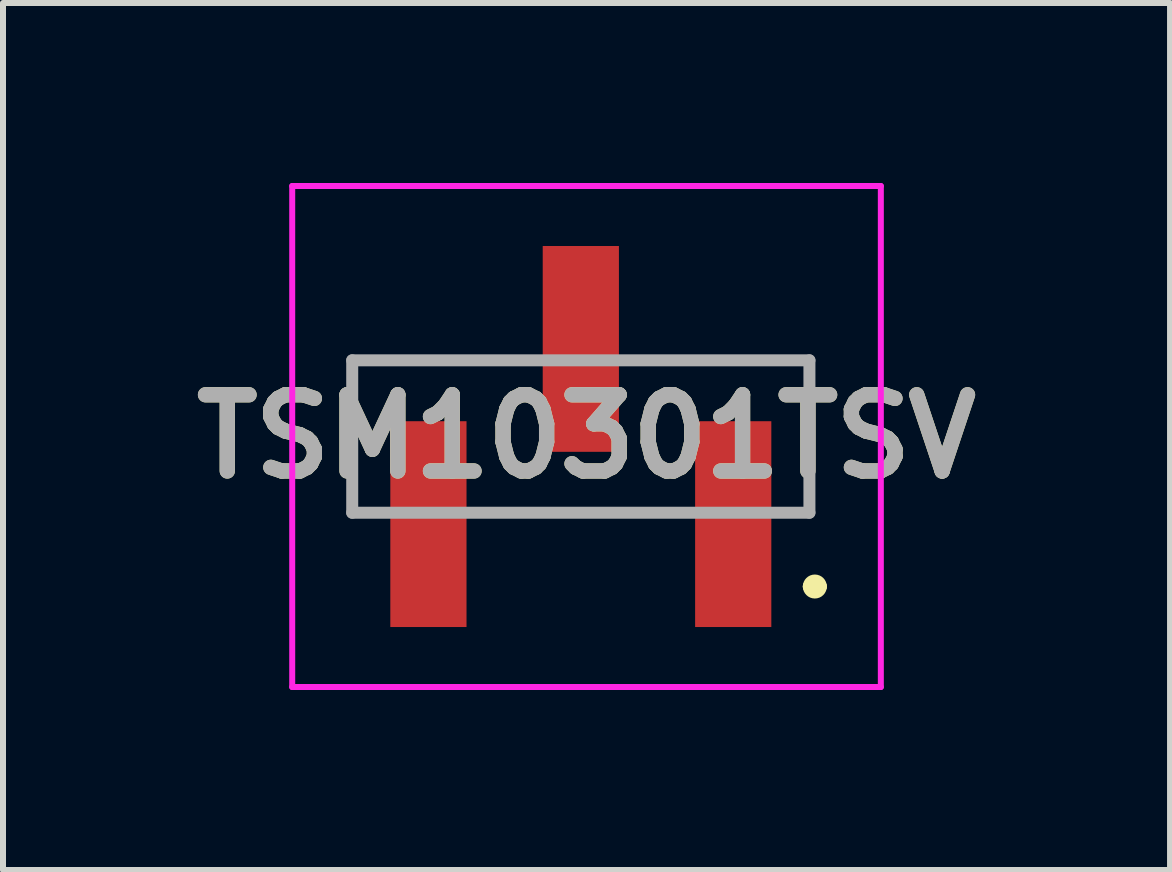
<source format=kicad_pcb>
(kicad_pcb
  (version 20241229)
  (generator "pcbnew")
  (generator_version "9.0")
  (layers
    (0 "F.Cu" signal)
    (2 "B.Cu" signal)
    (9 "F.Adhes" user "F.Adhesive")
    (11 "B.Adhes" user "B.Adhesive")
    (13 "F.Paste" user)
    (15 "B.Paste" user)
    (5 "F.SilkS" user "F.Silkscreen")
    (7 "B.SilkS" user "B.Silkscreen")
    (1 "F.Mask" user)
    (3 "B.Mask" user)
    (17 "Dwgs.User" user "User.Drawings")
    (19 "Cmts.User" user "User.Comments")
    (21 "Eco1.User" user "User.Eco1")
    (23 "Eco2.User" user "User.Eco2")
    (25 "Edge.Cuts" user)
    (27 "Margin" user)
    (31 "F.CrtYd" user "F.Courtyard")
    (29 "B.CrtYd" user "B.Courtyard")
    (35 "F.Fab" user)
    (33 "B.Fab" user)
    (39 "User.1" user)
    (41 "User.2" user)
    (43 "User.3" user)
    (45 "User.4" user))
  (footprint "TSM10301TSV"
    (layer "F.Cu")
    (at 6.63 4.225)
    (property "Reference" "TSM10301TSV" (at 0.095 0 0) (layer "F.SilkS") (effects (font (size 1.27 1.27) (thickness 0.254))))
    (attr smd)
    (fp_line (start -3.81 -1.27) (end -3.81 1.27) (stroke (width 0.1) (type solid)) (layer "F.SilkS"))
    (fp_line (start -1.5 -1.27) (end -3.81 -1.27) (stroke (width 0.1) (type solid)) (layer "F.SilkS"))
    (fp_line (start 1.5 -1.27) (end 3.81 -1.27) (stroke (width 0.1) (type solid)) (layer "F.SilkS"))
    (fp_line (start 3.8 2.5) (end 3.8 2.5) (stroke (width 0.2) (type solid)) (layer "F.SilkS"))
    (fp_line (start 3.81 -1.27) (end 3.81 1.27) (stroke (width 0.1) (type solid)) (layer "F.SilkS"))
    (fp_line (start 4 2.5) (end 4 2.5) (stroke (width 0.2) (type solid)) (layer "F.SilkS"))
    (fp_arc (start 3.8 2.5) (mid 3.9 2.4) (end 4 2.5) (stroke (width 0.2) (type solid)) (layer "F.SilkS"))
    (fp_arc (start 4 2.5) (mid 3.9 2.6) (end 3.8 2.5) (stroke (width 0.2) (type solid)) (layer "F.SilkS"))
    (fp_line (start -4.81 -4.175) (end 5 -4.175) (stroke (width 0.1) (type solid)) (layer "F.CrtYd"))
    (fp_line (start -4.81 4.175) (end -4.81 -4.175) (stroke (width 0.1) (type solid)) (layer "F.CrtYd"))
    (fp_line (start 5 -4.175) (end 5 4.175) (stroke (width 0.1) (type solid)) (layer "F.CrtYd"))
    (fp_line (start 5 4.175) (end -4.81 4.175) (stroke (width 0.1) (type solid)) (layer "F.CrtYd"))
    (fp_line (start -3.81 -1.27) (end 3.81 -1.27) (stroke (width 0.2) (type solid)) (layer "F.Fab"))
    (fp_line (start -3.81 1.27) (end -3.81 -1.27) (stroke (width 0.2) (type solid)) (layer "F.Fab"))
    (fp_line (start 3.81 -1.27) (end 3.81 1.27) (stroke (width 0.2) (type solid)) (layer "F.Fab"))
    (fp_line (start 3.81 1.27) (end -3.81 1.27) (stroke (width 0.2) (type solid)) (layer "F.Fab"))
    (fp_text user "${REFERENCE}" (at 0.095 0 0) (layer "F.Fab") (effects (font (size 1.27 1.27) (thickness 0.254))))
    (pad "1" smd rect (at 2.54 1.46) (size 1.27 3.43) (layers "F.Cu" "F.Mask" "F.Paste"))
    (pad "2" smd rect (at 0 -1.46) (size 1.27 3.43) (layers "F.Cu" "F.Mask" "F.Paste"))
    (pad "3" smd rect (at -2.54 1.46) (size 1.27 3.43) (layers "F.Cu" "F.Mask" "F.Paste")))
  (gr_rect
    (start -3 -3)
    (end 16.45 11.45)
    (stroke (width 0.1) (type default))
    (fill no)
    (layer "Edge.Cuts")))
</source>
